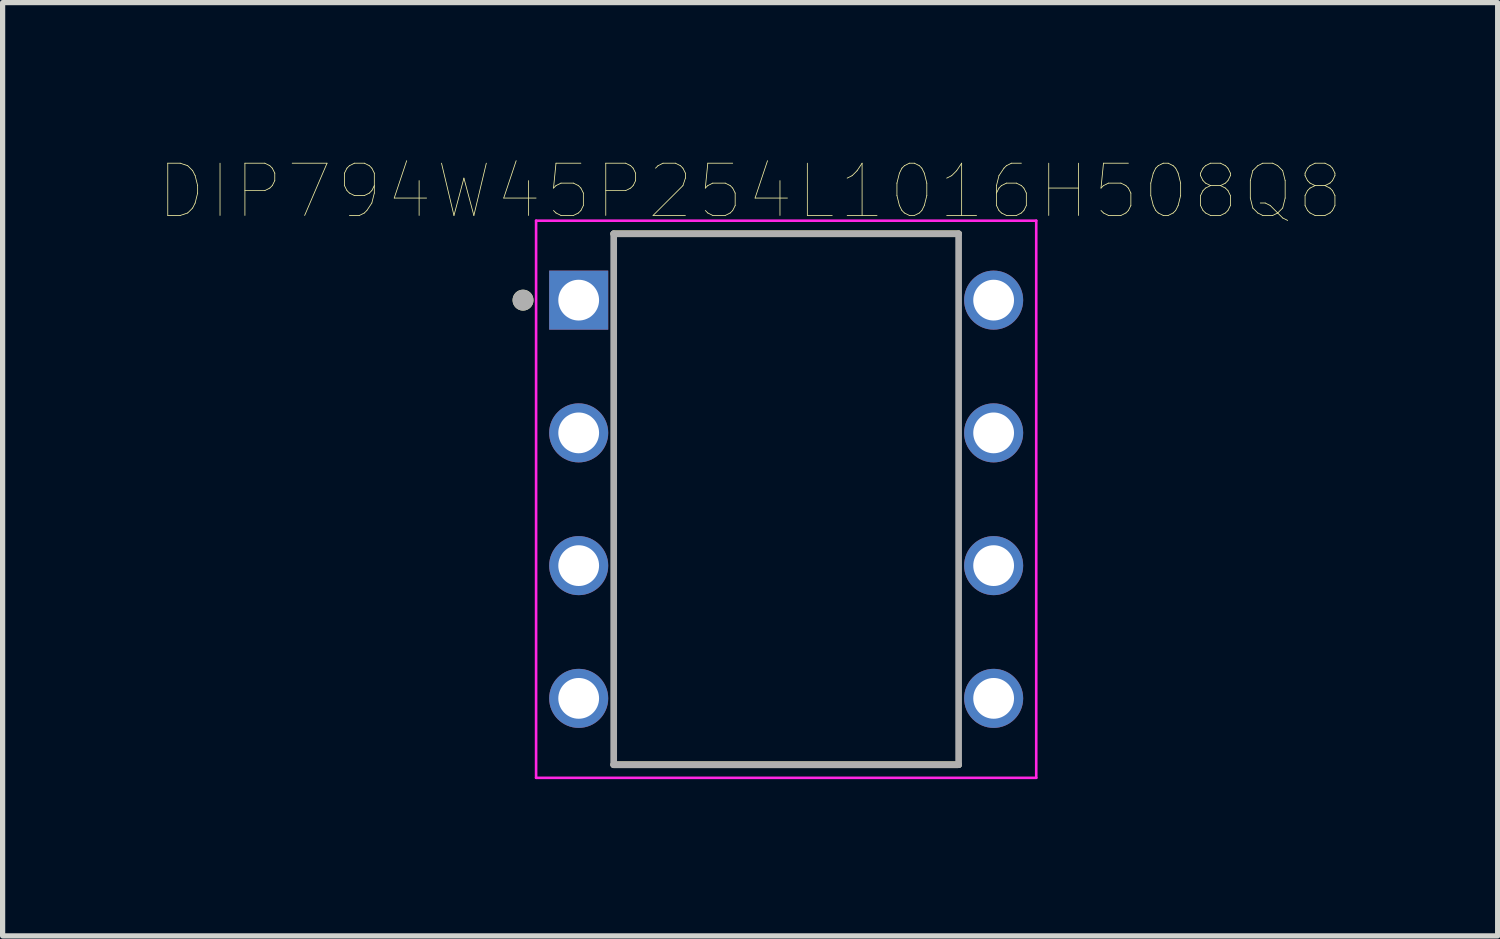
<source format=kicad_pcb>
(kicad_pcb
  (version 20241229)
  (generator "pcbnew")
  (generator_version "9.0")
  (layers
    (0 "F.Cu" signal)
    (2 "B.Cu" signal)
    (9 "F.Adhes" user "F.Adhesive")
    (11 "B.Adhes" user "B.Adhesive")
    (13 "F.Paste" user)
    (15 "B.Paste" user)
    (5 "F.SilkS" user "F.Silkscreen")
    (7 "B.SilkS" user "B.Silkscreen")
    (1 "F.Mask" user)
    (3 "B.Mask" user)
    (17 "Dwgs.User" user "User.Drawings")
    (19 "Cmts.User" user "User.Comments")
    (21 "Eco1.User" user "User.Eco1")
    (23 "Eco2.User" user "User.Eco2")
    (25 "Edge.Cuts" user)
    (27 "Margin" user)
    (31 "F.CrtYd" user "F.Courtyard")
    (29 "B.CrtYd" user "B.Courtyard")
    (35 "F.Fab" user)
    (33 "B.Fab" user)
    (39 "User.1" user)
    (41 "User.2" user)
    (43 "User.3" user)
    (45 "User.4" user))
  (footprint "DIP794W45P254L1016H508Q8"
    (layer "F.Cu")
    (at 11.993 6.503)
    (property "Reference" "DIP794W45P254L1016H508Q8" (at -0.69 -5.892 0) (layer "F.SilkS") (effects (font (size 1 1) (thickness 0.015))))
    (attr through_hole)
    (fp_line (start -3.3 -5.08) (end 3.3 -5.08) (stroke (width 0.127) (type solid)) (layer "F.SilkS"))
    (fp_line (start -3.3 5.08) (end 3.3 5.08) (stroke (width 0.127) (type solid)) (layer "F.SilkS"))
    (fp_circle (center -5.035 -3.81) (end -4.935 -3.81) (stroke (width 0.2) (type solid)) (fill no) (layer "F.SilkS"))
    (fp_line (start -4.785 -5.33) (end -4.785 5.33) (stroke (width 0.05) (type solid)) (layer "F.CrtYd"))
    (fp_line (start 4.785 -5.33) (end -4.785 -5.33) (stroke (width 0.05) (type solid)) (layer "F.CrtYd"))
    (fp_line (start 4.785 -5.33) (end 4.785 5.33) (stroke (width 0.05) (type solid)) (layer "F.CrtYd"))
    (fp_line (start 4.785 5.33) (end -4.785 5.33) (stroke (width 0.05) (type solid)) (layer "F.CrtYd"))
    (fp_line (start -3.3 -5.08) (end -3.3 5.08) (stroke (width 0.127) (type solid)) (layer "F.Fab"))
    (fp_line (start -3.3 -5.08) (end 3.3 -5.08) (stroke (width 0.127) (type solid)) (layer "F.Fab"))
    (fp_line (start -3.3 5.08) (end 3.3 5.08) (stroke (width 0.127) (type solid)) (layer "F.Fab"))
    (fp_line (start 3.3 -5.08) (end 3.3 5.08) (stroke (width 0.127) (type solid)) (layer "F.Fab"))
    (fp_circle (center -5.035 -3.81) (end -4.935 -3.81) (stroke (width 0.2) (type solid)) (fill no) (layer "F.Fab"))
    (pad "1" thru_hole rect (at -3.97 -3.81) (size 1.13 1.13) (drill 0.78) (layers "*.Cu" "*.Mask"))
    (pad "2" thru_hole circle (at -3.97 -1.27) (size 1.13 1.13) (drill 0.78) (layers "*.Cu" "*.Mask"))
    (pad "3" thru_hole circle (at -3.97 1.27) (size 1.13 1.13) (drill 0.78) (layers "*.Cu" "*.Mask"))
    (pad "4" thru_hole circle (at -3.97 3.81) (size 1.13 1.13) (drill 0.78) (layers "*.Cu" "*.Mask"))
    (pad "5" thru_hole circle (at 3.97 3.81) (size 1.13 1.13) (drill 0.78) (layers "*.Cu" "*.Mask"))
    (pad "6" thru_hole circle (at 3.97 1.27) (size 1.13 1.13) (drill 0.78) (layers "*.Cu" "*.Mask"))
    (pad "7" thru_hole circle (at 3.97 -1.27) (size 1.13 1.13) (drill 0.78) (layers "*.Cu" "*.Mask"))
    (pad "8" thru_hole circle (at 3.97 -3.81) (size 1.13 1.13) (drill 0.78) (layers "*.Cu" "*.Mask")))
  (gr_rect
    (start -3 -3)
    (end 25.607 14.858)
    (stroke (width 0.1) (type default))
    (fill no)
    (layer "Edge.Cuts")))
</source>
